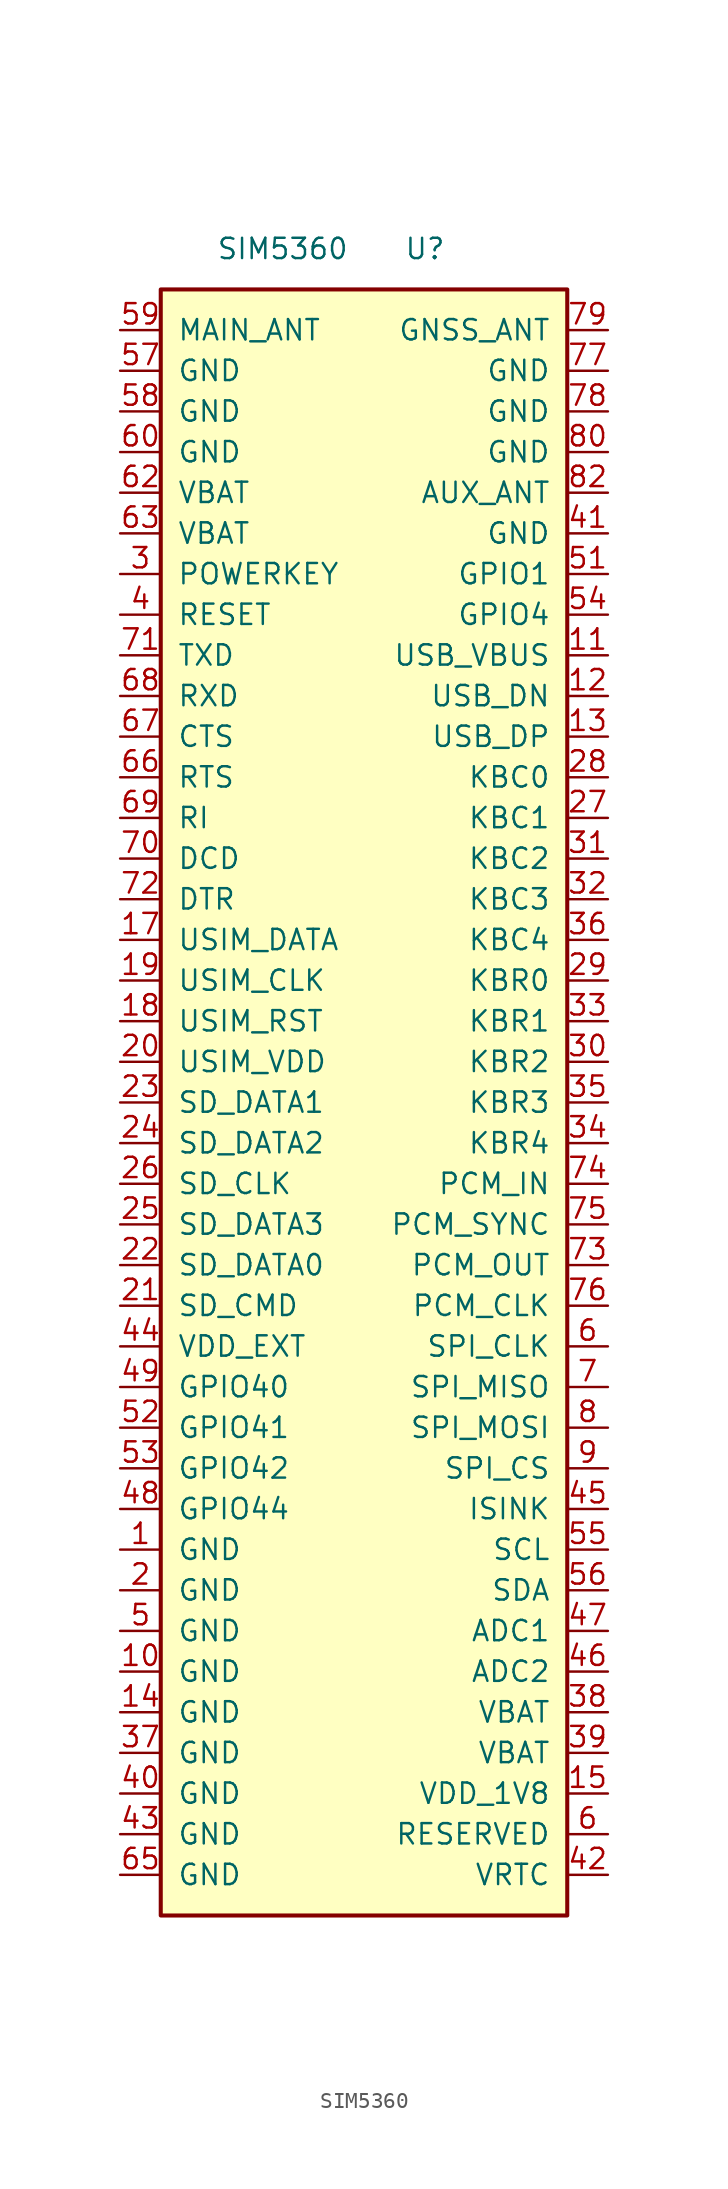
<source format=kicad_sym>
(kicad_symbol_lib
  (version 20231120)
  (generator "kicad_symbol_editor")
  (generator_version "8.0")
  (symbol "SIM5360"
    (pin_names
      (offset 1.016))
    (property "Reference" "U"
      (at 3.81 54.61 0)
      (effects (font (size 1.27 1.27))))
    (property "Value" "SIM5360"
      (at -5.08 54.61 0)
      (effects (font (size 1.27 1.27))))
    (symbol "SIM5360_0_1"
      (rectangle (start -12.7 52.07) (end 12.7 -49.53) (stroke (width 0.254) (type solid)) (fill (type background))))
    (symbol "SIM5360_1_1"
      (pin power_in line (at -15.24 -26.67 0) (length 2.54) (name "GND" (effects (font (size 1.27 1.27)))) (number "1" (effects (font (size 1.27 1.27)))))
      (pin power_in line (at -15.24 -34.29 0) (length 2.54) (name "GND" (effects (font (size 1.27 1.27)))) (number "10" (effects (font (size 1.27 1.27)))))
      (pin power_in line (at 15.24 29.21 180) (length 2.54) (name "USB_VBUS" (effects (font (size 1.27 1.27)))) (number "11" (effects (font (size 1.27 1.27)))))
      (pin passive line (at 15.24 26.67 180) (length 2.54) (name "USB_DN" (effects (font (size 1.27 1.27)))) (number "12" (effects (font (size 1.27 1.27)))))
      (pin passive line (at 15.24 24.13 180) (length 2.54) (name "USB_DP" (effects (font (size 1.27 1.27)))) (number "13" (effects (font (size 1.27 1.27)))))
      (pin power_in line (at -15.24 -36.83 0) (length 2.54) (name "GND" (effects (font (size 1.27 1.27)))) (number "14" (effects (font (size 1.27 1.27)))))
      (pin power_out line (at 15.24 -41.91 180) (length 2.54) (name "VDD_1V8" (effects (font (size 1.27 1.27)))) (number "15" (effects (font (size 1.27 1.27)))))
      (pin passive line (at -15.24 11.43 0) (length 2.54) (name "USIM_DATA" (effects (font (size 1.27 1.27)))) (number "17" (effects (font (size 1.27 1.27)))))
      (pin passive line (at -15.24 6.35 0) (length 2.54) (name "USIM_RST" (effects (font (size 1.27 1.27)))) (number "18" (effects (font (size 1.27 1.27)))))
      (pin passive line (at -15.24 8.89 0) (length 2.54) (name "USIM_CLK" (effects (font (size 1.27 1.27)))) (number "19" (effects (font (size 1.27 1.27)))))
      (pin power_in line (at -15.24 -29.21 0) (length 2.54) (name "GND" (effects (font (size 1.27 1.27)))) (number "2" (effects (font (size 1.27 1.27)))))
      (pin power_out line (at -15.24 3.81 0) (length 2.54) (name "USIM_VDD" (effects (font (size 1.27 1.27)))) (number "20" (effects (font (size 1.27 1.27)))))
      (pin passive line (at -15.24 -11.43 0) (length 2.54) (name "SD_CMD" (effects (font (size 1.27 1.27)))) (number "21" (effects (font (size 1.27 1.27)))))
      (pin passive line (at -15.24 -8.89 0) (length 2.54) (name "SD_DATA0" (effects (font (size 1.27 1.27)))) (number "22" (effects (font (size 1.27 1.27)))))
      (pin passive line (at -15.24 1.27 0) (length 2.54) (name "SD_DATA1" (effects (font (size 1.27 1.27)))) (number "23" (effects (font (size 1.27 1.27)))))
      (pin passive line (at -15.24 -1.27 0) (length 2.54) (name "SD_DATA2" (effects (font (size 1.27 1.27)))) (number "24" (effects (font (size 1.27 1.27)))))
      (pin passive line (at -15.24 -6.35 0) (length 2.54) (name "SD_DATA3" (effects (font (size 1.27 1.27)))) (number "25" (effects (font (size 1.27 1.27)))))
      (pin passive line (at -15.24 -3.81 0) (length 2.54) (name "SD_CLK" (effects (font (size 1.27 1.27)))) (number "26" (effects (font (size 1.27 1.27)))))
      (pin passive line (at 15.24 19.05 180) (length 2.54) (name "KBC1" (effects (font (size 1.27 1.27)))) (number "27" (effects (font (size 1.27 1.27)))))
      (pin passive line (at 15.24 21.59 180) (length 2.54) (name "KBC0" (effects (font (size 1.27 1.27)))) (number "28" (effects (font (size 1.27 1.27)))))
      (pin passive line (at 15.24 8.89 180) (length 2.54) (name "KBR0" (effects (font (size 1.27 1.27)))) (number "29" (effects (font (size 1.27 1.27)))))
      (pin passive line (at -15.24 34.29 0) (length 2.54) (name "POWERKEY" (effects (font (size 1.27 1.27)))) (number "3" (effects (font (size 1.27 1.27)))))
      (pin passive line (at 15.24 3.81 180) (length 2.54) (name "KBR2" (effects (font (size 1.27 1.27)))) (number "30" (effects (font (size 1.27 1.27)))))
      (pin passive line (at 15.24 16.51 180) (length 2.54) (name "KBC2" (effects (font (size 1.27 1.27)))) (number "31" (effects (font (size 1.27 1.27)))))
      (pin passive line (at 15.24 13.97 180) (length 2.54) (name "KBC3" (effects (font (size 1.27 1.27)))) (number "32" (effects (font (size 1.27 1.27)))))
      (pin passive line (at 15.24 6.35 180) (length 2.54) (name "KBR1" (effects (font (size 1.27 1.27)))) (number "33" (effects (font (size 1.27 1.27)))))
      (pin passive line (at 15.24 -1.27 180) (length 2.54) (name "KBR4" (effects (font (size 1.27 1.27)))) (number "34" (effects (font (size 1.27 1.27)))))
      (pin passive line (at 15.24 1.27 180) (length 2.54) (name "KBR3" (effects (font (size 1.27 1.27)))) (number "35" (effects (font (size 1.27 1.27)))))
      (pin passive line (at 15.24 11.43 180) (length 2.54) (name "KBC4" (effects (font (size 1.27 1.27)))) (number "36" (effects (font (size 1.27 1.27)))))
      (pin power_in line (at -15.24 -39.37 0) (length 2.54) (name "GND" (effects (font (size 1.27 1.27)))) (number "37" (effects (font (size 1.27 1.27)))))
      (pin power_in line (at 15.24 -36.83 180) (length 2.54) (name "VBAT" (effects (font (size 1.27 1.27)))) (number "38" (effects (font (size 1.27 1.27)))))
      (pin power_in line (at 15.24 -39.37 180) (length 2.54) (name "VBAT" (effects (font (size 1.27 1.27)))) (number "39" (effects (font (size 1.27 1.27)))))
      (pin passive line (at -15.24 31.75 0) (length 2.54) (name "RESET" (effects (font (size 1.27 1.27)))) (number "4" (effects (font (size 1.27 1.27)))))
      (pin power_in line (at -15.24 -41.91 0) (length 2.54) (name "GND" (effects (font (size 1.27 1.27)))) (number "40" (effects (font (size 1.27 1.27)))))
      (pin power_in line (at 15.24 36.83 180) (length 2.54) (name "GND" (effects (font (size 1.27 1.27)))) (number "41" (effects (font (size 1.27 1.27)))))
      (pin passive line (at 15.24 -46.99 180) (length 2.54) (name "VRTC" (effects (font (size 1.27 1.27)))) (number "42" (effects (font (size 1.27 1.27)))))
      (pin power_in line (at -15.24 -44.45 0) (length 2.54) (name "GND" (effects (font (size 1.27 1.27)))) (number "43" (effects (font (size 1.27 1.27)))))
      (pin power_out line (at -15.24 -13.97 0) (length 2.54) (name "VDD_EXT" (effects (font (size 1.27 1.27)))) (number "44" (effects (font (size 1.27 1.27)))))
      (pin passive line (at 15.24 -24.13 180) (length 2.54) (name "ISINK" (effects (font (size 1.27 1.27)))) (number "45" (effects (font (size 1.27 1.27)))))
      (pin passive line (at 15.24 -34.29 180) (length 2.54) (name "ADC2" (effects (font (size 1.27 1.27)))) (number "46" (effects (font (size 1.27 1.27)))))
      (pin passive line (at 15.24 -31.75 180) (length 2.54) (name "ADC1" (effects (font (size 1.27 1.27)))) (number "47" (effects (font (size 1.27 1.27)))))
      (pin passive line (at -15.24 -24.13 0) (length 2.54) (name "GPIO44" (effects (font (size 1.27 1.27)))) (number "48" (effects (font (size 1.27 1.27)))))
      (pin passive line (at -15.24 -16.51 0) (length 2.54) (name "GPIO40" (effects (font (size 1.27 1.27)))) (number "49" (effects (font (size 1.27 1.27)))))
      (pin power_in line (at -15.24 -31.75 0) (length 2.54) (name "GND" (effects (font (size 1.27 1.27)))) (number "5" (effects (font (size 1.27 1.27)))))
      (pin passive line (at 15.24 34.29 180) (length 2.54) (name "GPIO1" (effects (font (size 1.27 1.27)))) (number "51" (effects (font (size 1.27 1.27)))))
      (pin passive line (at -15.24 -19.05 0) (length 2.54) (name "GPIO41" (effects (font (size 1.27 1.27)))) (number "52" (effects (font (size 1.27 1.27)))))
      (pin passive line (at -15.24 -21.59 0) (length 2.54) (name "GPIO42" (effects (font (size 1.27 1.27)))) (number "53" (effects (font (size 1.27 1.27)))))
      (pin passive line (at 15.24 31.75 180) (length 2.54) (name "GPIO4" (effects (font (size 1.27 1.27)))) (number "54" (effects (font (size 1.27 1.27)))))
      (pin passive line (at 15.24 -26.67 180) (length 2.54) (name "SCL" (effects (font (size 1.27 1.27)))) (number "55" (effects (font (size 1.27 1.27)))))
      (pin passive line (at 15.24 -29.21 180) (length 2.54) (name "SDA" (effects (font (size 1.27 1.27)))) (number "56" (effects (font (size 1.27 1.27)))))
      (pin power_in line (at -15.24 46.99 0) (length 2.54) (name "GND" (effects (font (size 1.27 1.27)))) (number "57" (effects (font (size 1.27 1.27)))))
      (pin power_in line (at -15.24 44.45 0) (length 2.54) (name "GND" (effects (font (size 1.27 1.27)))) (number "58" (effects (font (size 1.27 1.27)))))
      (pin passive line (at -15.24 49.53 0) (length 2.54) (name "MAIN_ANT" (effects (font (size 1.27 1.27)))) (number "59" (effects (font (size 1.27 1.27)))))
      (pin passive line (at 15.24 -44.45 180) (length 2.54) (name "RESERVED" (effects (font (size 1.27 1.27)))) (number "6" (effects (font (size 1.27 1.27)))))
      (pin passive line (at 15.24 -13.97 180) (length 2.54) (name "SPI_CLK" (effects (font (size 1.27 1.27)))) (number "6" (effects (font (size 1.27 1.27)))))
      (pin power_in line (at -15.24 41.91 0) (length 2.54) (name "GND" (effects (font (size 1.27 1.27)))) (number "60" (effects (font (size 1.27 1.27)))))
      (pin power_in line (at -15.24 39.37 0) (length 2.54) (name "VBAT" (effects (font (size 1.27 1.27)))) (number "62" (effects (font (size 1.27 1.27)))))
      (pin power_in line (at -15.24 36.83 0) (length 2.54) (name "VBAT" (effects (font (size 1.27 1.27)))) (number "63" (effects (font (size 1.27 1.27)))))
      (pin power_in line (at -15.24 -46.99 0) (length 2.54) (name "GND" (effects (font (size 1.27 1.27)))) (number "65" (effects (font (size 1.27 1.27)))))
      (pin passive line (at -15.24 21.59 0) (length 2.54) (name "RTS" (effects (font (size 1.27 1.27)))) (number "66" (effects (font (size 1.27 1.27)))))
      (pin passive line (at -15.24 24.13 0) (length 2.54) (name "CTS" (effects (font (size 1.27 1.27)))) (number "67" (effects (font (size 1.27 1.27)))))
      (pin passive line (at -15.24 26.67 0) (length 2.54) (name "RXD" (effects (font (size 1.27 1.27)))) (number "68" (effects (font (size 1.27 1.27)))))
      (pin passive line (at -15.24 19.05 0) (length 2.54) (name "RI" (effects (font (size 1.27 1.27)))) (number "69" (effects (font (size 1.27 1.27)))))
      (pin passive line (at 15.24 -16.51 180) (length 2.54) (name "SPI_MISO" (effects (font (size 1.27 1.27)))) (number "7" (effects (font (size 1.27 1.27)))))
      (pin passive line (at -15.24 16.51 0) (length 2.54) (name "DCD" (effects (font (size 1.27 1.27)))) (number "70" (effects (font (size 1.27 1.27)))))
      (pin passive line (at -15.24 29.21 0) (length 2.54) (name "TXD" (effects (font (size 1.27 1.27)))) (number "71" (effects (font (size 1.27 1.27)))))
      (pin passive line (at -15.24 13.97 0) (length 2.54) (name "DTR" (effects (font (size 1.27 1.27)))) (number "72" (effects (font (size 1.27 1.27)))))
      (pin passive line (at 15.24 -8.89 180) (length 2.54) (name "PCM_OUT" (effects (font (size 1.27 1.27)))) (number "73" (effects (font (size 1.27 1.27)))))
      (pin passive line (at 15.24 -3.81 180) (length 2.54) (name "PCM_IN" (effects (font (size 1.27 1.27)))) (number "74" (effects (font (size 1.27 1.27)))))
      (pin passive line (at 15.24 -6.35 180) (length 2.54) (name "PCM_SYNC" (effects (font (size 1.27 1.27)))) (number "75" (effects (font (size 1.27 1.27)))))
      (pin passive line (at 15.24 -11.43 180) (length 2.54) (name "PCM_CLK" (effects (font (size 1.27 1.27)))) (number "76" (effects (font (size 1.27 1.27)))))
      (pin power_in line (at 15.24 46.99 180) (length 2.54) (name "GND" (effects (font (size 1.27 1.27)))) (number "77" (effects (font (size 1.27 1.27)))))
      (pin power_in line (at 15.24 44.45 180) (length 2.54) (name "GND" (effects (font (size 1.27 1.27)))) (number "78" (effects (font (size 1.27 1.27)))))
      (pin passive line (at 15.24 49.53 180) (length 2.54) (name "GNSS_ANT" (effects (font (size 1.27 1.27)))) (number "79" (effects (font (size 1.27 1.27)))))
      (pin passive line (at 15.24 -19.05 180) (length 2.54) (name "SPI_MOSI" (effects (font (size 1.27 1.27)))) (number "8" (effects (font (size 1.27 1.27)))))
      (pin power_in line (at 15.24 41.91 180) (length 2.54) (name "GND" (effects (font (size 1.27 1.27)))) (number "80" (effects (font (size 1.27 1.27)))))
      (pin passive line (at 15.24 39.37 180) (length 2.54) (name "AUX_ANT" (effects (font (size 1.27 1.27)))) (number "82" (effects (font (size 1.27 1.27)))))
      (pin passive line (at 15.24 -21.59 180) (length 2.54) (name "SPI_CS" (effects (font (size 1.27 1.27)))) (number "9" (effects (font (size 1.27 1.27))))))))
</source>
